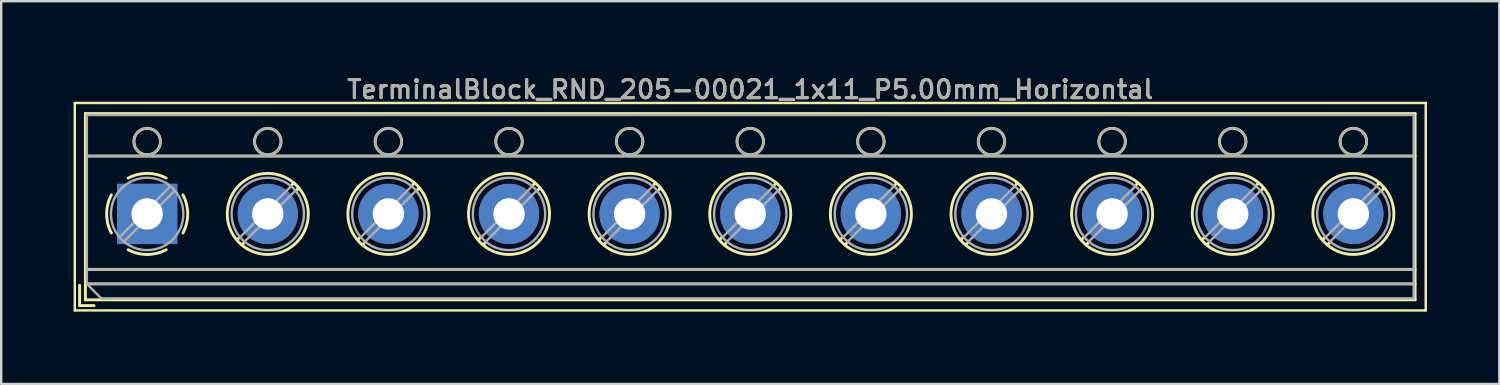
<source format=kicad_pcb>
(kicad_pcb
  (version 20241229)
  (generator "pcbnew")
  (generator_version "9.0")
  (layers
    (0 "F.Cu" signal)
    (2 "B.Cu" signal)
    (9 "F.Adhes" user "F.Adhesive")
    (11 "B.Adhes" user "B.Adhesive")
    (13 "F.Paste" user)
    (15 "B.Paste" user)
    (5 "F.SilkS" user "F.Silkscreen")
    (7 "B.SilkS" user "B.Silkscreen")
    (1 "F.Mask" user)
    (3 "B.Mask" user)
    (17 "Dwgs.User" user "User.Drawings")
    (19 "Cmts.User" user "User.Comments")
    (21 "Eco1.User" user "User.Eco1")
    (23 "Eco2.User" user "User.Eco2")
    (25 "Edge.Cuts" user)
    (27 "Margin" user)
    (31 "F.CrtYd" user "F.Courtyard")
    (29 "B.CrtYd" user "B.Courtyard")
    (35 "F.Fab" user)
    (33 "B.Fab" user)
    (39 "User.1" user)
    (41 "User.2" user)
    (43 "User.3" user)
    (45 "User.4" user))
  (footprint "TerminalBlock_RND_205-00021_1x11_P5.00mm_Horizontal"
    (layer "F.Cu")
    (at 3.05 5.818)
    (property "Reference" "TerminalBlock_RND_205-00021_1x11_P5.00mm_Horizontal" (at 25 -5.16 0) (layer "F.SilkS") (effects (font (size 0.75 0.75) (thickness 0.125))))
    (attr through_hole)
    (fp_line (start -3 -4.6) (end -3 4) (stroke (width 0.1) (type solid)) (layer "F.SilkS"))
    (fp_line (start -3 4) (end 53 4) (stroke (width 0.1) (type solid)) (layer "F.SilkS"))
    (fp_line (start -2.8 2.96) (end -2.8 3.8) (stroke (width 0.12) (type solid)) (layer "F.SilkS"))
    (fp_line (start -2.8 3.8) (end -2.2 3.8) (stroke (width 0.12) (type solid)) (layer "F.SilkS"))
    (fp_line (start -2.56 -4.16) (end -2.56 3.561) (stroke (width 0.12) (type solid)) (layer "F.SilkS"))
    (fp_line (start -2.56 -4.16) (end 52.56 -4.16) (stroke (width 0.12) (type solid)) (layer "F.SilkS"))
    (fp_line (start -2.56 -2.4) (end 52.56 -2.4) (stroke (width 0.12) (type solid)) (layer "F.SilkS"))
    (fp_line (start -2.56 2.3) (end 52.56 2.3) (stroke (width 0.12) (type solid)) (layer "F.SilkS"))
    (fp_line (start -2.56 2.9) (end 52.56 2.9) (stroke (width 0.12) (type solid)) (layer "F.SilkS"))
    (fp_line (start -2.56 3.561) (end 52.56 3.561) (stroke (width 0.12) (type solid)) (layer "F.SilkS"))
    (fp_line (start 3.82 0.976) (end 3.726 1.069) (stroke (width 0.12) (type solid)) (layer "F.SilkS"))
    (fp_line (start 3.99 1.216) (end 3.931 1.274) (stroke (width 0.12) (type solid)) (layer "F.SilkS"))
    (fp_line (start 6.07 -1.275) (end 6.011 -1.216) (stroke (width 0.12) (type solid)) (layer "F.SilkS"))
    (fp_line (start 6.275 -1.069) (end 6.181 -0.976) (stroke (width 0.12) (type solid)) (layer "F.SilkS"))
    (fp_line (start 8.82 0.976) (end 8.726 1.069) (stroke (width 0.12) (type solid)) (layer "F.SilkS"))
    (fp_line (start 8.99 1.216) (end 8.931 1.274) (stroke (width 0.12) (type solid)) (layer "F.SilkS"))
    (fp_line (start 11.07 -1.275) (end 11.011 -1.216) (stroke (width 0.12) (type solid)) (layer "F.SilkS"))
    (fp_line (start 11.275 -1.069) (end 11.181 -0.976) (stroke (width 0.12) (type solid)) (layer "F.SilkS"))
    (fp_line (start 13.82 0.976) (end 13.726 1.069) (stroke (width 0.12) (type solid)) (layer "F.SilkS"))
    (fp_line (start 13.99 1.216) (end 13.931 1.274) (stroke (width 0.12) (type solid)) (layer "F.SilkS"))
    (fp_line (start 16.07 -1.275) (end 16.011 -1.216) (stroke (width 0.12) (type solid)) (layer "F.SilkS"))
    (fp_line (start 16.275 -1.069) (end 16.181 -0.976) (stroke (width 0.12) (type solid)) (layer "F.SilkS"))
    (fp_line (start 18.82 0.976) (end 18.726 1.069) (stroke (width 0.12) (type solid)) (layer "F.SilkS"))
    (fp_line (start 18.99 1.216) (end 18.931 1.274) (stroke (width 0.12) (type solid)) (layer "F.SilkS"))
    (fp_line (start 21.07 -1.275) (end 21.011 -1.216) (stroke (width 0.12) (type solid)) (layer "F.SilkS"))
    (fp_line (start 21.275 -1.069) (end 21.181 -0.976) (stroke (width 0.12) (type solid)) (layer "F.SilkS"))
    (fp_line (start 23.82 0.976) (end 23.726 1.069) (stroke (width 0.12) (type solid)) (layer "F.SilkS"))
    (fp_line (start 23.99 1.216) (end 23.931 1.274) (stroke (width 0.12) (type solid)) (layer "F.SilkS"))
    (fp_line (start 26.07 -1.275) (end 26.011 -1.216) (stroke (width 0.12) (type solid)) (layer "F.SilkS"))
    (fp_line (start 26.275 -1.069) (end 26.181 -0.976) (stroke (width 0.12) (type solid)) (layer "F.SilkS"))
    (fp_line (start 28.82 0.976) (end 28.726 1.069) (stroke (width 0.12) (type solid)) (layer "F.SilkS"))
    (fp_line (start 28.99 1.216) (end 28.931 1.274) (stroke (width 0.12) (type solid)) (layer "F.SilkS"))
    (fp_line (start 31.07 -1.275) (end 31.011 -1.216) (stroke (width 0.12) (type solid)) (layer "F.SilkS"))
    (fp_line (start 31.275 -1.069) (end 31.181 -0.976) (stroke (width 0.12) (type solid)) (layer "F.SilkS"))
    (fp_line (start 33.82 0.976) (end 33.726 1.069) (stroke (width 0.12) (type solid)) (layer "F.SilkS"))
    (fp_line (start 33.99 1.216) (end 33.931 1.274) (stroke (width 0.12) (type solid)) (layer "F.SilkS"))
    (fp_line (start 36.07 -1.275) (end 36.011 -1.216) (stroke (width 0.12) (type solid)) (layer "F.SilkS"))
    (fp_line (start 36.275 -1.069) (end 36.181 -0.976) (stroke (width 0.12) (type solid)) (layer "F.SilkS"))
    (fp_line (start 38.82 0.976) (end 38.726 1.069) (stroke (width 0.12) (type solid)) (layer "F.SilkS"))
    (fp_line (start 38.99 1.216) (end 38.931 1.274) (stroke (width 0.12) (type solid)) (layer "F.SilkS"))
    (fp_line (start 41.07 -1.275) (end 41.011 -1.216) (stroke (width 0.12) (type solid)) (layer "F.SilkS"))
    (fp_line (start 41.275 -1.069) (end 41.181 -0.976) (stroke (width 0.12) (type solid)) (layer "F.SilkS"))
    (fp_line (start 43.82 0.976) (end 43.726 1.069) (stroke (width 0.12) (type solid)) (layer "F.SilkS"))
    (fp_line (start 43.99 1.216) (end 43.931 1.274) (stroke (width 0.12) (type solid)) (layer "F.SilkS"))
    (fp_line (start 46.07 -1.275) (end 46.011 -1.216) (stroke (width 0.12) (type solid)) (layer "F.SilkS"))
    (fp_line (start 46.275 -1.069) (end 46.181 -0.976) (stroke (width 0.12) (type solid)) (layer "F.SilkS"))
    (fp_line (start 48.82 0.976) (end 48.726 1.069) (stroke (width 0.12) (type solid)) (layer "F.SilkS"))
    (fp_line (start 48.99 1.216) (end 48.931 1.274) (stroke (width 0.12) (type solid)) (layer "F.SilkS"))
    (fp_line (start 51.07 -1.275) (end 51.011 -1.216) (stroke (width 0.12) (type solid)) (layer "F.SilkS"))
    (fp_line (start 51.275 -1.069) (end 51.181 -0.976) (stroke (width 0.12) (type solid)) (layer "F.SilkS"))
    (fp_line (start 52.56 -4.16) (end 52.56 3.561) (stroke (width 0.12) (type solid)) (layer "F.SilkS"))
    (fp_line (start 53 -4.6) (end -3 -4.6) (stroke (width 0.1) (type solid)) (layer "F.SilkS"))
    (fp_line (start 53 4) (end 53 -4.6) (stroke (width 0.1) (type solid)) (layer "F.SilkS"))
    (fp_arc (start -1.483953 0.789089) (mid -1.680708 0.00005) (end -1.484 -0.789) (stroke (width 0.12) (type solid)) (layer "F.SilkS"))
    (fp_arc (start -0.789089 -1.483953) (mid -0.00005 -1.680708) (end 0.789 -1.484) (stroke (width 0.12) (type solid)) (layer "F.SilkS"))
    (fp_arc (start 0.029383 1.68045) (mid -0.392304 1.634281) (end -0.789 1.484) (stroke (width 0.12) (type solid)) (layer "F.SilkS"))
    (fp_arc (start 0.788712 1.483352) (mid 0.406429 1.630097) (end 0 1.68) (stroke (width 0.12) (type solid)) (layer "F.SilkS"))
    (fp_arc (start 1.483953 -0.789089) (mid 1.680708 -0.00005) (end 1.484 0.789) (stroke (width 0.12) (type solid)) (layer "F.SilkS"))
    (fp_circle (center 0 -3) (end 0.55 -3) (stroke (width 0.12) (type solid)) (fill no) (layer "F.SilkS"))
    (fp_circle (center 5 -3) (end 5.55 -3) (stroke (width 0.12) (type solid)) (fill no) (layer "F.SilkS"))
    (fp_circle (center 5 0) (end 6.68 0) (stroke (width 0.12) (type solid)) (fill no) (layer "F.SilkS"))
    (fp_circle (center 10 -3) (end 10.55 -3) (stroke (width 0.12) (type solid)) (fill no) (layer "F.SilkS"))
    (fp_circle (center 10 0) (end 11.68 0) (stroke (width 0.12) (type solid)) (fill no) (layer "F.SilkS"))
    (fp_circle (center 15 -3) (end 15.55 -3) (stroke (width 0.12) (type solid)) (fill no) (layer "F.SilkS"))
    (fp_circle (center 15 0) (end 16.68 0) (stroke (width 0.12) (type solid)) (fill no) (layer "F.SilkS"))
    (fp_circle (center 20 -3) (end 20.55 -3) (stroke (width 0.12) (type solid)) (fill no) (layer "F.SilkS"))
    (fp_circle (center 20 0) (end 21.68 0) (stroke (width 0.12) (type solid)) (fill no) (layer "F.SilkS"))
    (fp_circle (center 25 -3) (end 25.55 -3) (stroke (width 0.12) (type solid)) (fill no) (layer "F.SilkS"))
    (fp_circle (center 25 0) (end 26.68 0) (stroke (width 0.12) (type solid)) (fill no) (layer "F.SilkS"))
    (fp_circle (center 30 -3) (end 30.55 -3) (stroke (width 0.12) (type solid)) (fill no) (layer "F.SilkS"))
    (fp_circle (center 30 0) (end 31.68 0) (stroke (width 0.12) (type solid)) (fill no) (layer "F.SilkS"))
    (fp_circle (center 35 -3) (end 35.55 -3) (stroke (width 0.12) (type solid)) (fill no) (layer "F.SilkS"))
    (fp_circle (center 35 0) (end 36.68 0) (stroke (width 0.12) (type solid)) (fill no) (layer "F.SilkS"))
    (fp_circle (center 40 -3) (end 40.55 -3) (stroke (width 0.12) (type solid)) (fill no) (layer "F.SilkS"))
    (fp_circle (center 40 0) (end 41.68 0) (stroke (width 0.12) (type solid)) (fill no) (layer "F.SilkS"))
    (fp_circle (center 45 -3) (end 45.55 -3) (stroke (width 0.12) (type solid)) (fill no) (layer "F.SilkS"))
    (fp_circle (center 45 0) (end 46.68 0) (stroke (width 0.12) (type solid)) (fill no) (layer "F.SilkS"))
    (fp_circle (center 50 -3) (end 50.55 -3) (stroke (width 0.12) (type solid)) (fill no) (layer "F.SilkS"))
    (fp_circle (center 50 0) (end 51.68 0) (stroke (width 0.12) (type solid)) (fill no) (layer "F.SilkS"))
    (fp_line (start -2.5 -4.1) (end 52.5 -4.1) (stroke (width 0.1) (type solid)) (layer "F.Fab"))
    (fp_line (start -2.5 -2.4) (end 52.5 -2.4) (stroke (width 0.1) (type solid)) (layer "F.Fab"))
    (fp_line (start -2.5 2.3) (end 52.5 2.3) (stroke (width 0.1) (type solid)) (layer "F.Fab"))
    (fp_line (start -2.5 2.9) (end -2.5 -4.1) (stroke (width 0.1) (type solid)) (layer "F.Fab"))
    (fp_line (start -2.5 2.9) (end 52.5 2.9) (stroke (width 0.1) (type solid)) (layer "F.Fab"))
    (fp_line (start -1.9 3.5) (end -2.5 2.9) (stroke (width 0.1) (type solid)) (layer "F.Fab"))
    (fp_line (start 0.955 -1.138) (end -1.138 0.955) (stroke (width 0.1) (type solid)) (layer "F.Fab"))
    (fp_line (start 1.138 -0.955) (end -0.955 1.138) (stroke (width 0.1) (type solid)) (layer "F.Fab"))
    (fp_line (start 5.955 -1.138) (end 3.863 0.955) (stroke (width 0.1) (type solid)) (layer "F.Fab"))
    (fp_line (start 6.138 -0.955) (end 4.046 1.138) (stroke (width 0.1) (type solid)) (layer "F.Fab"))
    (fp_line (start 10.955 -1.138) (end 8.863 0.955) (stroke (width 0.1) (type solid)) (layer "F.Fab"))
    (fp_line (start 11.138 -0.955) (end 9.046 1.138) (stroke (width 0.1) (type solid)) (layer "F.Fab"))
    (fp_line (start 15.955 -1.138) (end 13.863 0.955) (stroke (width 0.1) (type solid)) (layer "F.Fab"))
    (fp_line (start 16.138 -0.955) (end 14.046 1.138) (stroke (width 0.1) (type solid)) (layer "F.Fab"))
    (fp_line (start 20.955 -1.138) (end 18.863 0.955) (stroke (width 0.1) (type solid)) (layer "F.Fab"))
    (fp_line (start 21.138 -0.955) (end 19.046 1.138) (stroke (width 0.1) (type solid)) (layer "F.Fab"))
    (fp_line (start 25.955 -1.138) (end 23.863 0.955) (stroke (width 0.1) (type solid)) (layer "F.Fab"))
    (fp_line (start 26.138 -0.955) (end 24.046 1.138) (stroke (width 0.1) (type solid)) (layer "F.Fab"))
    (fp_line (start 30.955 -1.138) (end 28.863 0.955) (stroke (width 0.1) (type solid)) (layer "F.Fab"))
    (fp_line (start 31.138 -0.955) (end 29.046 1.138) (stroke (width 0.1) (type solid)) (layer "F.Fab"))
    (fp_line (start 35.955 -1.138) (end 33.863 0.955) (stroke (width 0.1) (type solid)) (layer "F.Fab"))
    (fp_line (start 36.138 -0.955) (end 34.046 1.138) (stroke (width 0.1) (type solid)) (layer "F.Fab"))
    (fp_line (start 40.955 -1.138) (end 38.863 0.955) (stroke (width 0.1) (type solid)) (layer "F.Fab"))
    (fp_line (start 41.138 -0.955) (end 39.046 1.138) (stroke (width 0.1) (type solid)) (layer "F.Fab"))
    (fp_line (start 45.955 -1.138) (end 43.863 0.955) (stroke (width 0.1) (type solid)) (layer "F.Fab"))
    (fp_line (start 46.138 -0.955) (end 44.046 1.138) (stroke (width 0.1) (type solid)) (layer "F.Fab"))
    (fp_line (start 50.955 -1.138) (end 48.863 0.955) (stroke (width 0.1) (type solid)) (layer "F.Fab"))
    (fp_line (start 51.138 -0.955) (end 49.046 1.138) (stroke (width 0.1) (type solid)) (layer "F.Fab"))
    (fp_line (start 52.5 -4.1) (end 52.5 3.5) (stroke (width 0.1) (type solid)) (layer "F.Fab"))
    (fp_line (start 52.5 3.5) (end -1.9 3.5) (stroke (width 0.1) (type solid)) (layer "F.Fab"))
    (fp_circle (center 0 -3) (end 0.55 -3) (stroke (width 0.1) (type solid)) (fill no) (layer "F.Fab"))
    (fp_circle (center 0 0) (end 1.5 0) (stroke (width 0.1) (type solid)) (fill no) (layer "F.Fab"))
    (fp_circle (center 5 -3) (end 5.55 -3) (stroke (width 0.1) (type solid)) (fill no) (layer "F.Fab"))
    (fp_circle (center 5 0) (end 6.5 0) (stroke (width 0.1) (type solid)) (fill no) (layer "F.Fab"))
    (fp_circle (center 10 -3) (end 10.55 -3) (stroke (width 0.1) (type solid)) (fill no) (layer "F.Fab"))
    (fp_circle (center 10 0) (end 11.5 0) (stroke (width 0.1) (type solid)) (fill no) (layer "F.Fab"))
    (fp_circle (center 15 -3) (end 15.55 -3) (stroke (width 0.1) (type solid)) (fill no) (layer "F.Fab"))
    (fp_circle (center 15 0) (end 16.5 0) (stroke (width 0.1) (type solid)) (fill no) (layer "F.Fab"))
    (fp_circle (center 20 -3) (end 20.55 -3) (stroke (width 0.1) (type solid)) (fill no) (layer "F.Fab"))
    (fp_circle (center 20 0) (end 21.5 0) (stroke (width 0.1) (type solid)) (fill no) (layer "F.Fab"))
    (fp_circle (center 25 -3) (end 25.55 -3) (stroke (width 0.1) (type solid)) (fill no) (layer "F.Fab"))
    (fp_circle (center 25 0) (end 26.5 0) (stroke (width 0.1) (type solid)) (fill no) (layer "F.Fab"))
    (fp_circle (center 30 -3) (end 30.55 -3) (stroke (width 0.1) (type solid)) (fill no) (layer "F.Fab"))
    (fp_circle (center 30 0) (end 31.5 0) (stroke (width 0.1) (type solid)) (fill no) (layer "F.Fab"))
    (fp_circle (center 35 -3) (end 35.55 -3) (stroke (width 0.1) (type solid)) (fill no) (layer "F.Fab"))
    (fp_circle (center 35 0) (end 36.5 0) (stroke (width 0.1) (type solid)) (fill no) (layer "F.Fab"))
    (fp_circle (center 40 -3) (end 40.55 -3) (stroke (width 0.1) (type solid)) (fill no) (layer "F.Fab"))
    (fp_circle (center 40 0) (end 41.5 0) (stroke (width 0.1) (type solid)) (fill no) (layer "F.Fab"))
    (fp_circle (center 45 -3) (end 45.55 -3) (stroke (width 0.1) (type solid)) (fill no) (layer "F.Fab"))
    (fp_circle (center 45 0) (end 46.5 0) (stroke (width 0.1) (type solid)) (fill no) (layer "F.Fab"))
    (fp_circle (center 50 -3) (end 50.55 -3) (stroke (width 0.1) (type solid)) (fill no) (layer "F.Fab"))
    (fp_circle (center 50 0) (end 51.5 0) (stroke (width 0.1) (type solid)) (fill no) (layer "F.Fab"))
    (fp_text user "${REFERENCE}" (at 25 -5.16 0) (layer "F.Fab") (effects (font (size 0.75 0.75) (thickness 0.125))))
    (pad "1" thru_hole rect (at 0 0) (size 2.5 2.5) (drill 1.3) (layers "*.Cu" "*.Mask"))
    (pad "2" thru_hole circle (at 5 0) (size 2.5 2.5) (drill 1.3) (layers "*.Cu" "*.Mask"))
    (pad "3" thru_hole circle (at 10 0) (size 2.5 2.5) (drill 1.3) (layers "*.Cu" "*.Mask"))
    (pad "4" thru_hole circle (at 15 0) (size 2.5 2.5) (drill 1.3) (layers "*.Cu" "*.Mask"))
    (pad "5" thru_hole circle (at 20 0) (size 2.5 2.5) (drill 1.3) (layers "*.Cu" "*.Mask"))
    (pad "6" thru_hole circle (at 25 0) (size 2.5 2.5) (drill 1.3) (layers "*.Cu" "*.Mask"))
    (pad "7" thru_hole circle (at 30 0) (size 2.5 2.5) (drill 1.3) (layers "*.Cu" "*.Mask"))
    (pad "8" thru_hole circle (at 35 0) (size 2.5 2.5) (drill 1.3) (layers "*.Cu" "*.Mask"))
    (pad "9" thru_hole circle (at 40 0) (size 2.5 2.5) (drill 1.3) (layers "*.Cu" "*.Mask"))
    (pad "10" thru_hole circle (at 45 0) (size 2.5 2.5) (drill 1.3) (layers "*.Cu" "*.Mask"))
    (pad "11" thru_hole circle (at 50 0) (size 2.5 2.5) (drill 1.3) (layers "*.Cu" "*.Mask")))
  (gr_rect
    (start -3 -3)
    (end 59.1 12.868)
    (stroke (width 0.1) (type default))
    (fill no)
    (layer "Edge.Cuts")))
</source>
